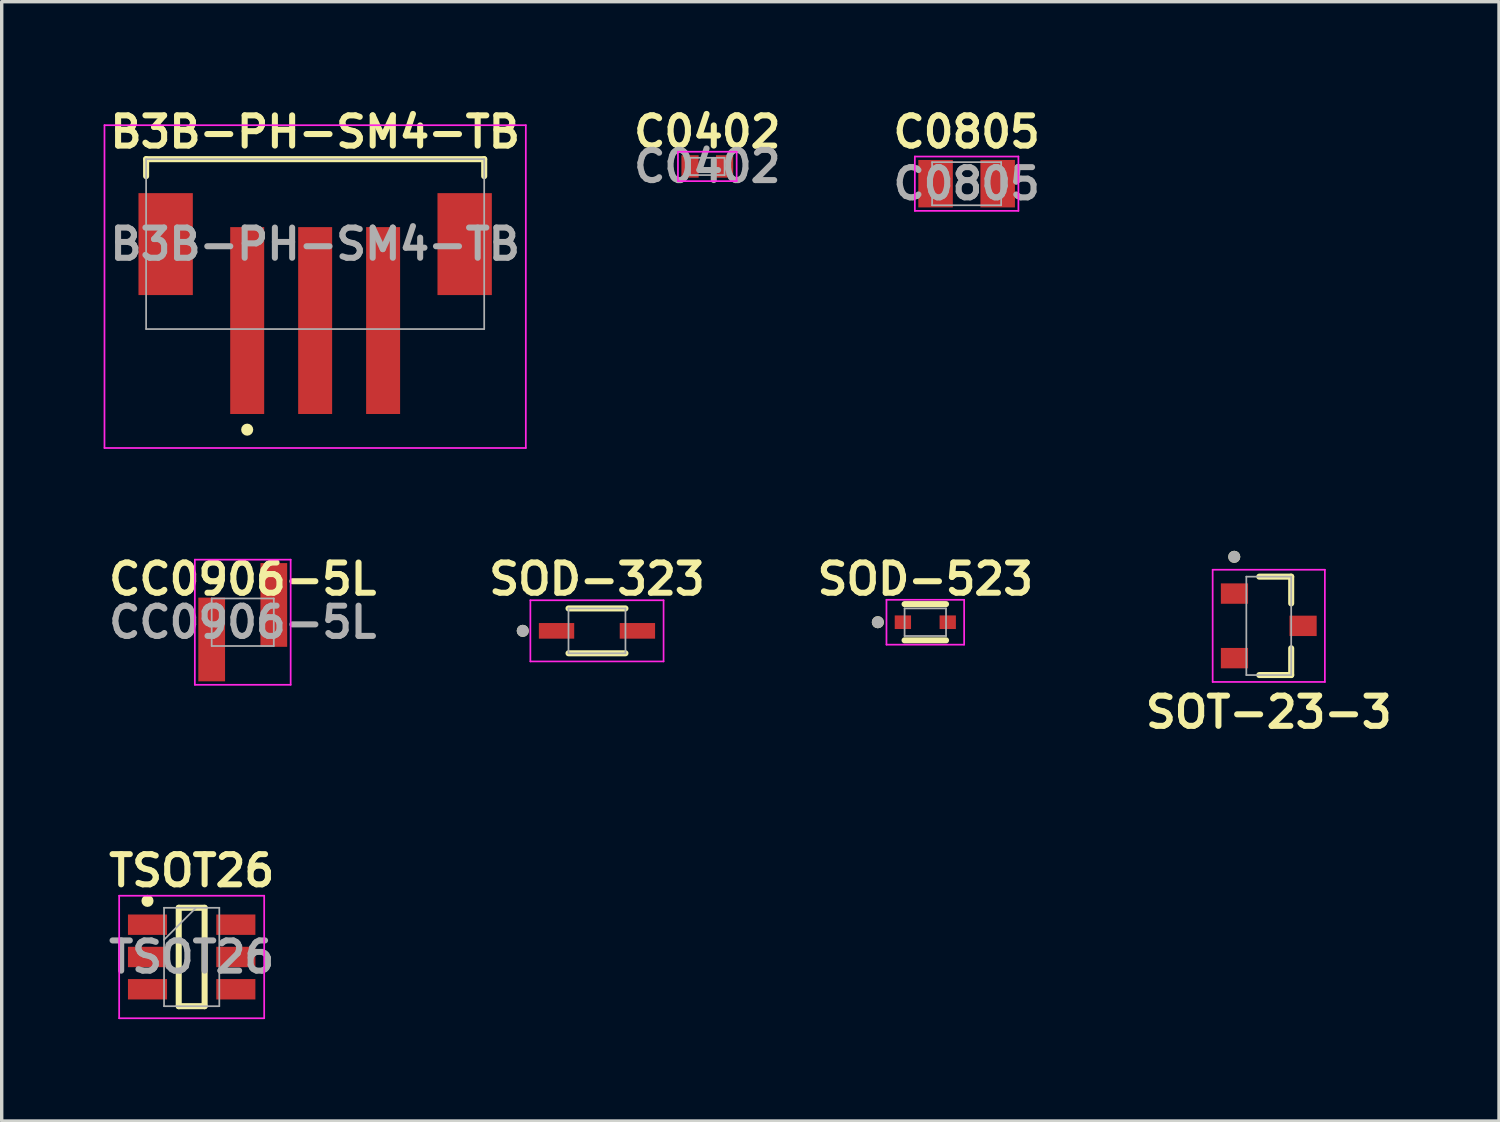
<source format=kicad_pcb>
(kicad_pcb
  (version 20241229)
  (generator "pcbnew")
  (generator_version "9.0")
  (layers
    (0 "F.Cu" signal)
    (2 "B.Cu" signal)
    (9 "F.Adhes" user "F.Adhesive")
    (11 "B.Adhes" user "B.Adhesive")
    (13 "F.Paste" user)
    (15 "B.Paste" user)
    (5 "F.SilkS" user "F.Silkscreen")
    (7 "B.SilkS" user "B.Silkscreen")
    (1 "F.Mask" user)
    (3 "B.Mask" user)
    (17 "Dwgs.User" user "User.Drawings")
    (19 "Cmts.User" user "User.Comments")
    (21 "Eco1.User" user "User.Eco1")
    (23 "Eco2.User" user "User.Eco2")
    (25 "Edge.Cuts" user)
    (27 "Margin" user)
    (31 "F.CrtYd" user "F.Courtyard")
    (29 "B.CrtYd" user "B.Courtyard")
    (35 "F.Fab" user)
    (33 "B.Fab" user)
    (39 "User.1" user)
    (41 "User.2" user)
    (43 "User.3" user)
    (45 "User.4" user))
  (footprint "C0402"
    (layer "F.Cu")
    (at 17.766 1.848)
    (property "Reference" "C0402" (at 0 -1.016 0) (layer "F.SilkS") (effects (font (size 0.889 0.889) (thickness 0.178) (bold yes))))
    (attr smd)
    (fp_line (start -0.864 -0.432) (end 0.864 -0.432) (stroke (width 0.051) (type solid)) (layer "F.CrtYd"))
    (fp_line (start -0.864 0.432) (end -0.864 -0.432) (stroke (width 0.051) (type solid)) (layer "F.CrtYd"))
    (fp_line (start 0.864 -0.432) (end 0.864 0.432) (stroke (width 0.05) (type solid)) (layer "F.CrtYd"))
    (fp_line (start 0.864 0.432) (end -0.864 0.432) (stroke (width 0.051) (type solid)) (layer "F.CrtYd"))
    (fp_line (start -0.508 -0.254) (end 0.508 -0.254) (stroke (width 0.051) (type solid)) (layer "F.Fab"))
    (fp_line (start -0.508 0.254) (end -0.508 -0.254) (stroke (width 0.051) (type solid)) (layer "F.Fab"))
    (fp_line (start 0.508 -0.254) (end 0.508 0.254) (stroke (width 0.051) (type solid)) (layer "F.Fab"))
    (fp_line (start 0.508 0.254) (end -0.508 0.254) (stroke (width 0.051) (type solid)) (layer "F.Fab"))
    (fp_text user "${REFERENCE}" (at 0 0 0) (layer "F.Fab") (effects (font (size 0.889 0.889) (thickness 0.178) (bold yes))))
    (pad "1" smd rect (at -0.508 0) (size 0.508 0.66) (layers "F.Cu" "F.Mask" "F.Paste"))
    (pad "2" smd rect (at 0.508 0) (size 0.508 0.66) (layers "F.Cu" "F.Mask" "F.Paste")))
  (footprint "B3B-PH-SM4-TB"
    (layer "F.Cu")
    (at 6.225 4.134)
    (property "Reference" "B3B-PH-SM4-TB" (at 0 -3.302 0) (layer "F.SilkS") (effects (font (size 0.889 0.889) (thickness 0.178))))
    (attr smd)
    (fp_line (start -4.975 -2.5) (end 4.975 -2.5) (stroke (width 0.178) (type solid)) (layer "F.SilkS"))
    (fp_line (start -4.975 -2) (end -4.975 -2.5) (stroke (width 0.178) (type solid)) (layer "F.SilkS"))
    (fp_line (start 4.975 -2.5) (end 4.975 -2) (stroke (width 0.178) (type solid)) (layer "F.SilkS"))
    (fp_circle (center -2 5.461) (end -1.911 5.461) (stroke (width 0.178) (type default)) (fill no) (layer "F.SilkS"))
    (fp_line (start -6.2 -3.5) (end 6.2 -3.5) (stroke (width 0.051) (type solid)) (layer "F.CrtYd"))
    (fp_line (start -6.2 6) (end -6.2 -3.5) (stroke (width 0.051) (type solid)) (layer "F.CrtYd"))
    (fp_line (start 6.2 -3.5) (end 6.2 6) (stroke (width 0.051) (type solid)) (layer "F.CrtYd"))
    (fp_line (start 6.2 6) (end -6.2 6) (stroke (width 0.051) (type solid)) (layer "F.CrtYd"))
    (fp_line (start -4.975 -2.5) (end 4.975 -2.5) (stroke (width 0.051) (type solid)) (layer "F.Fab"))
    (fp_line (start -4.975 2.5) (end -4.975 -2.5) (stroke (width 0.051) (type solid)) (layer "F.Fab"))
    (fp_line (start 4.975 -2.5) (end 4.975 2.5) (stroke (width 0.051) (type solid)) (layer "F.Fab"))
    (fp_line (start 4.975 2.5) (end -4.975 2.5) (stroke (width 0.051) (type solid)) (layer "F.Fab"))
    (fp_text user "${REFERENCE}" (at 0 0 0) (layer "F.Fab") (effects (font (size 0.889 0.889) (thickness 0.178) (bold yes))))
    (pad "1" smd rect (at -2 2.25) (size 1 5.5) (layers "F.Cu" "F.Mask" "F.Paste"))
    (pad "2" smd rect (at 0 2.25) (size 1 5.5) (layers "F.Cu" "F.Mask" "F.Paste"))
    (pad "3" smd rect (at 2 2.25) (size 1 5.5) (layers "F.Cu" "F.Mask" "F.Paste"))
    (pad "MP1" smd rect (at -4.4 0) (size 1.6 3) (layers "F.Cu" "F.Mask" "F.Paste"))
    (pad "MP2" smd rect (at 4.4 0) (size 1.6 3) (layers "F.Cu" "F.Mask" "F.Paste")))
  (footprint "SOD-323"
    (layer "F.Cu")
    (at 14.519 15.516)
    (property "Reference" "SOD-323" (at 0 -1.524 0) (layer "F.SilkS") (effects (font (size 0.889 0.889) (thickness 0.178))))
    (attr smd)
    (fp_line (start -0.838 0.66) (end 0.838 0.66) (stroke (width 0.178) (type solid)) (layer "F.SilkS"))
    (fp_line (start 0.838 -0.66) (end -0.838 -0.66) (stroke (width 0.178) (type solid)) (layer "F.SilkS"))
    (fp_circle (center -2.184 0) (end -2.095 0) (stroke (width 0.178) (type solid)) (fill no) (layer "F.SilkS"))
    (fp_line (start -1.96 -0.9) (end -1.96 0.9) (stroke (width 0.05) (type solid)) (layer "F.CrtYd"))
    (fp_line (start -1.96 0.9) (end 1.96 0.9) (stroke (width 0.05) (type solid)) (layer "F.CrtYd"))
    (fp_line (start 1.96 -0.9) (end -1.96 -0.9) (stroke (width 0.05) (type solid)) (layer "F.CrtYd"))
    (fp_line (start 1.96 0.9) (end 1.96 -0.9) (stroke (width 0.05) (type solid)) (layer "F.CrtYd"))
    (fp_line (start -0.838 -0.66) (end -0.838 0.66) (stroke (width 0.051) (type solid)) (layer "F.Fab"))
    (fp_line (start -0.838 0.66) (end 0.838 0.66) (stroke (width 0.051) (type solid)) (layer "F.Fab"))
    (fp_line (start 0.838 -0.66) (end -0.838 -0.66) (stroke (width 0.051) (type solid)) (layer "F.Fab"))
    (fp_line (start 0.838 0.66) (end 0.838 -0.66) (stroke (width 0.051) (type solid)) (layer "F.Fab"))
    (fp_circle (center -2.184 0) (end -2.095 0) (stroke (width 0.178) (type solid)) (fill no) (layer "F.Fab"))
    (pad "A" smd rect (at 1.19 0) (size 1.04 0.46) (layers "F.Cu" "F.Mask" "F.Paste"))
    (pad "C" smd rect (at -1.19 0) (size 1.04 0.46) (layers "F.Cu" "F.Mask" "F.Paste")))
  (footprint "SOT-23-3"
    (layer "F.Cu")
    (at 34.29 15.369)
    (property "Reference" "SOT-23-3" (at 0 2.54 0) (layer "F.SilkS") (effects (font (size 0.889 0.889) (thickness 0.178))))
    (attr smd)
    (fp_line (start -0.279 -1.448) (end 0.66 -1.448) (stroke (width 0.178) (type solid)) (layer "F.SilkS"))
    (fp_line (start 0.66 -0.66) (end 0.66 -1.448) (stroke (width 0.178) (type solid)) (layer "F.SilkS"))
    (fp_line (start 0.66 1.448) (end -0.279 1.448) (stroke (width 0.178) (type solid)) (layer "F.SilkS"))
    (fp_line (start 0.66 1.448) (end 0.66 0.66) (stroke (width 0.178) (type solid)) (layer "F.SilkS"))
    (fp_circle (center -1.016 -2.032) (end -0.927 -2.032) (stroke (width 0.178) (type solid)) (fill no) (layer "F.SilkS"))
    (fp_line (start -1.651 -1.651) (end -1.651 1.651) (stroke (width 0.051) (type solid)) (layer "F.CrtYd"))
    (fp_line (start -1.651 1.651) (end 1.651 1.651) (stroke (width 0.051) (type solid)) (layer "F.CrtYd"))
    (fp_line (start 1.651 -1.651) (end -1.651 -1.651) (stroke (width 0.051) (type solid)) (layer "F.CrtYd"))
    (fp_line (start 1.651 1.651) (end 1.651 -1.651) (stroke (width 0.051) (type solid)) (layer "F.CrtYd"))
    (fp_line (start -0.66 -1.448) (end -0.66 1.448) (stroke (width 0.051) (type solid)) (layer "F.Fab"))
    (fp_line (start -0.66 -1.448) (end 0.66 -1.448) (stroke (width 0.051) (type solid)) (layer "F.Fab"))
    (fp_line (start 0.66 1.448) (end -0.66 1.448) (stroke (width 0.051) (type solid)) (layer "F.Fab"))
    (fp_line (start 0.66 1.448) (end 0.66 -1.448) (stroke (width 0.051) (type solid)) (layer "F.Fab"))
    (fp_circle (center -1.016 -2.032) (end -0.927 -2.032) (stroke (width 0.178) (type solid)) (fill no) (layer "F.Fab"))
    (pad "1" smd rect (at -1.01 -0.95) (size 0.8 0.6) (layers "F.Cu" "F.Mask" "F.Paste"))
    (pad "2" smd rect (at -1.01 0.95) (size 0.8 0.6) (layers "F.Cu" "F.Mask" "F.Paste"))
    (pad "3" smd rect (at 1.01 0) (size 0.8 0.6) (layers "F.Cu" "F.Mask" "F.Paste")))
  (footprint "C0805"
    (layer "F.Cu")
    (at 25.398 2.356)
    (property "Reference" "C0805" (at 0 -1.524 0) (layer "F.SilkS") (effects (font (size 0.889 0.889) (thickness 0.178) (bold yes))))
    (attr smd)
    (fp_line (start -1.524 -0.8) (end -1.524 0.8) (stroke (width 0.051) (type default)) (layer "F.CrtYd"))
    (fp_line (start 1.524 -0.8) (end -1.524 -0.8) (stroke (width 0.051) (type default)) (layer "F.CrtYd"))
    (fp_line (start 1.524 -0.8) (end 1.524 0.8) (stroke (width 0.051) (type default)) (layer "F.CrtYd"))
    (fp_line (start 1.524 0.8) (end -1.524 0.8) (stroke (width 0.051) (type default)) (layer "F.CrtYd"))
    (fp_line (start -1.016 -0.635) (end 1.016 -0.635) (stroke (width 0.051) (type solid)) (layer "F.Fab"))
    (fp_line (start -1.016 0.635) (end -1.016 -0.635) (stroke (width 0.051) (type solid)) (layer "F.Fab"))
    (fp_line (start 1.016 -0.635) (end 1.016 0.635) (stroke (width 0.051) (type solid)) (layer "F.Fab"))
    (fp_line (start 1.016 0.635) (end -1.016 0.635) (stroke (width 0.051) (type solid)) (layer "F.Fab"))
    (fp_text user "${REFERENCE}" (at 0 0 0) (layer "F.Fab") (effects (font (size 0.889 0.889) (thickness 0.178) (bold yes))))
    (pad "1" smd rect (at -0.914 0) (size 1.016 1.397) (layers "F.Cu" "F.Mask" "F.Paste"))
    (pad "2" smd rect (at 0.914 0) (size 1.016 1.397) (layers "F.Cu" "F.Mask" "F.Paste")))
  (footprint "SOD-523"
    (layer "F.Cu")
    (at 24.182 15.262)
    (property "Reference" "SOD-523" (at 0 -1.27 0) (layer "F.SilkS") (effects (font (size 0.889 0.889) (thickness 0.178))))
    (attr smd)
    (fp_line (start -0.61 -0.533) (end 0.61 -0.533) (stroke (width 0.178) (type solid)) (layer "F.SilkS"))
    (fp_line (start 0.61 0.533) (end -0.61 0.533) (stroke (width 0.178) (type solid)) (layer "F.SilkS"))
    (fp_circle (center -1.397 0) (end -1.308 0) (stroke (width 0.178) (type solid)) (fill no) (layer "F.SilkS"))
    (fp_line (start -1.143 -0.66) (end -1.143 0.66) (stroke (width 0.051) (type solid)) (layer "F.CrtYd"))
    (fp_line (start -1.143 0.66) (end 1.143 0.66) (stroke (width 0.051) (type solid)) (layer "F.CrtYd"))
    (fp_line (start 1.143 -0.66) (end -1.143 -0.66) (stroke (width 0.051) (type solid)) (layer "F.CrtYd"))
    (fp_line (start 1.143 0.66) (end 1.143 -0.66) (stroke (width 0.051) (type solid)) (layer "F.CrtYd"))
    (fp_line (start -0.61 -0.406) (end 0.61 -0.406) (stroke (width 0.051) (type solid)) (layer "F.Fab"))
    (fp_line (start -0.61 0.406) (end -0.61 -0.406) (stroke (width 0.051) (type solid)) (layer "F.Fab"))
    (fp_line (start 0.61 -0.406) (end 0.61 0.406) (stroke (width 0.051) (type solid)) (layer "F.Fab"))
    (fp_line (start 0.61 0.406) (end -0.61 0.406) (stroke (width 0.051) (type solid)) (layer "F.Fab"))
    (fp_circle (center -1.397 0) (end -1.308 0) (stroke (width 0.178) (type solid)) (fill no) (layer "F.Fab"))
    (pad "1" smd rect (at -0.66 0) (size 0.48 0.4) (layers "F.Cu" "F.Mask" "F.Paste"))
    (pad "2" smd rect (at 0.66 0) (size 0.48 0.4) (layers "F.Cu" "F.Mask" "F.Paste")))
  (footprint "CC0906-5L"
    (layer "F.Cu")
    (at 4.094 15.262)
    (property "Reference" "CC0906-5L" (at 0 -1.27 0) (layer "F.SilkS") (effects (font (size 0.889 0.889) (thickness 0.178))))
    (attr smd)
    (fp_line (start -1.41 -1.841) (end -1.41 1.841) (stroke (width 0.051) (type default)) (layer "F.CrtYd"))
    (fp_line (start -1.41 -1.841) (end 1.41 -1.841) (stroke (width 0.051) (type solid)) (layer "F.CrtYd"))
    (fp_line (start -1.41 1.841) (end 1.41 1.841) (stroke (width 0.051) (type solid)) (layer "F.CrtYd"))
    (fp_line (start 1.41 -1.841) (end 1.41 1.841) (stroke (width 0.051) (type default)) (layer "F.CrtYd"))
    (fp_line (start -0.914 -0.699) (end -0.914 0.699) (stroke (width 0.051) (type default)) (layer "F.Fab"))
    (fp_line (start -0.914 -0.699) (end 0.914 -0.699) (stroke (width 0.051) (type solid)) (layer "F.Fab"))
    (fp_line (start 0.914 -0.699) (end 0.914 0.699) (stroke (width 0.051) (type default)) (layer "F.Fab"))
    (fp_line (start 0.914 0.699) (end -0.914 0.699) (stroke (width 0.051) (type solid)) (layer "F.Fab"))
    (fp_text user "${REFERENCE}" (at 0 0 0) (layer "F.Fab") (effects (font (size 0.889 0.889) (thickness 0.178))))
    (pad "1" smd rect (at -0.914 0.508) (size 0.787 2.464) (layers "F.Cu" "F.Mask" "F.Paste"))
    (pad "2" smd rect (at 0.914 -0.508) (size 0.787 2.464) (layers "F.Cu" "F.Mask" "F.Paste")))
  (footprint "TSOT26"
    (layer "F.Cu")
    (at 2.591 25.114)
    (property "Reference" "TSOT26" (at 0 -2.54 0) (layer "F.SilkS") (effects (font (size 0.889 0.889) (thickness 0.178) (bold yes))))
    (attr smd)
    (fp_line (start -0.381 -1.448) (end 0.381 -1.448) (stroke (width 0.178) (type solid)) (layer "F.SilkS"))
    (fp_line (start -0.381 1.448) (end -0.381 -1.448) (stroke (width 0.178) (type solid)) (layer "F.SilkS"))
    (fp_line (start 0.381 -1.448) (end 0.381 1.448) (stroke (width 0.178) (type solid)) (layer "F.SilkS"))
    (fp_line (start 0.381 1.448) (end -0.381 1.448) (stroke (width 0.178) (type solid)) (layer "F.SilkS"))
    (fp_circle (center -1.3 -1.651) (end -1.211 -1.651) (stroke (width 0.178) (type default)) (fill no) (layer "F.SilkS"))
    (fp_line (start -2.134 -1.803) (end 2.134 -1.803) (stroke (width 0.051) (type solid)) (layer "F.CrtYd"))
    (fp_line (start -2.134 1.803) (end -2.134 -1.803) (stroke (width 0.051) (type solid)) (layer "F.CrtYd"))
    (fp_line (start 2.134 -1.803) (end 2.134 1.803) (stroke (width 0.051) (type solid)) (layer "F.CrtYd"))
    (fp_line (start 2.134 1.803) (end -2.134 1.803) (stroke (width 0.051) (type solid)) (layer "F.CrtYd"))
    (fp_line (start -0.813 -1.448) (end 0.813 -1.448) (stroke (width 0.051) (type solid)) (layer "F.Fab"))
    (fp_line (start -0.813 -0.508) (end 0.127 -1.448) (stroke (width 0.051) (type solid)) (layer "F.Fab"))
    (fp_line (start -0.813 1.448) (end -0.813 -1.448) (stroke (width 0.051) (type solid)) (layer "F.Fab"))
    (fp_line (start 0.813 -1.448) (end 0.813 1.448) (stroke (width 0.051) (type solid)) (layer "F.Fab"))
    (fp_line (start 0.813 1.448) (end -0.813 1.448) (stroke (width 0.051) (type solid)) (layer "F.Fab"))
    (fp_text user "${REFERENCE}" (at 0 0 0) (layer "F.Fab") (effects (font (size 0.889 0.889) (thickness 0.178) (bold yes))))
    (pad "1" smd rect (at -1.3 -0.95 90) (size 0.6 1.15) (layers "F.Cu" "F.Mask" "F.Paste"))
    (pad "2" smd rect (at -1.3 0 90) (size 0.6 1.15) (layers "F.Cu" "F.Mask" "F.Paste"))
    (pad "3" smd rect (at -1.3 0.95 90) (size 0.6 1.15) (layers "F.Cu" "F.Mask" "F.Paste"))
    (pad "4" smd rect (at 1.3 0.95 90) (size 0.6 1.15) (layers "F.Cu" "F.Mask" "F.Paste"))
    (pad "5" smd rect (at 1.3 0 90) (size 0.6 1.15) (layers "F.Cu" "F.Mask" "F.Paste"))
    (pad "6" smd rect (at 1.3 -0.95 90) (size 0.6 1.15) (layers "F.Cu" "F.Mask" "F.Paste")))
  (gr_rect
    (start -3 -3)
    (end 41.066 29.942)
    (stroke (width 0.1) (type default))
    (fill no)
    (layer "Edge.Cuts")))
</source>
